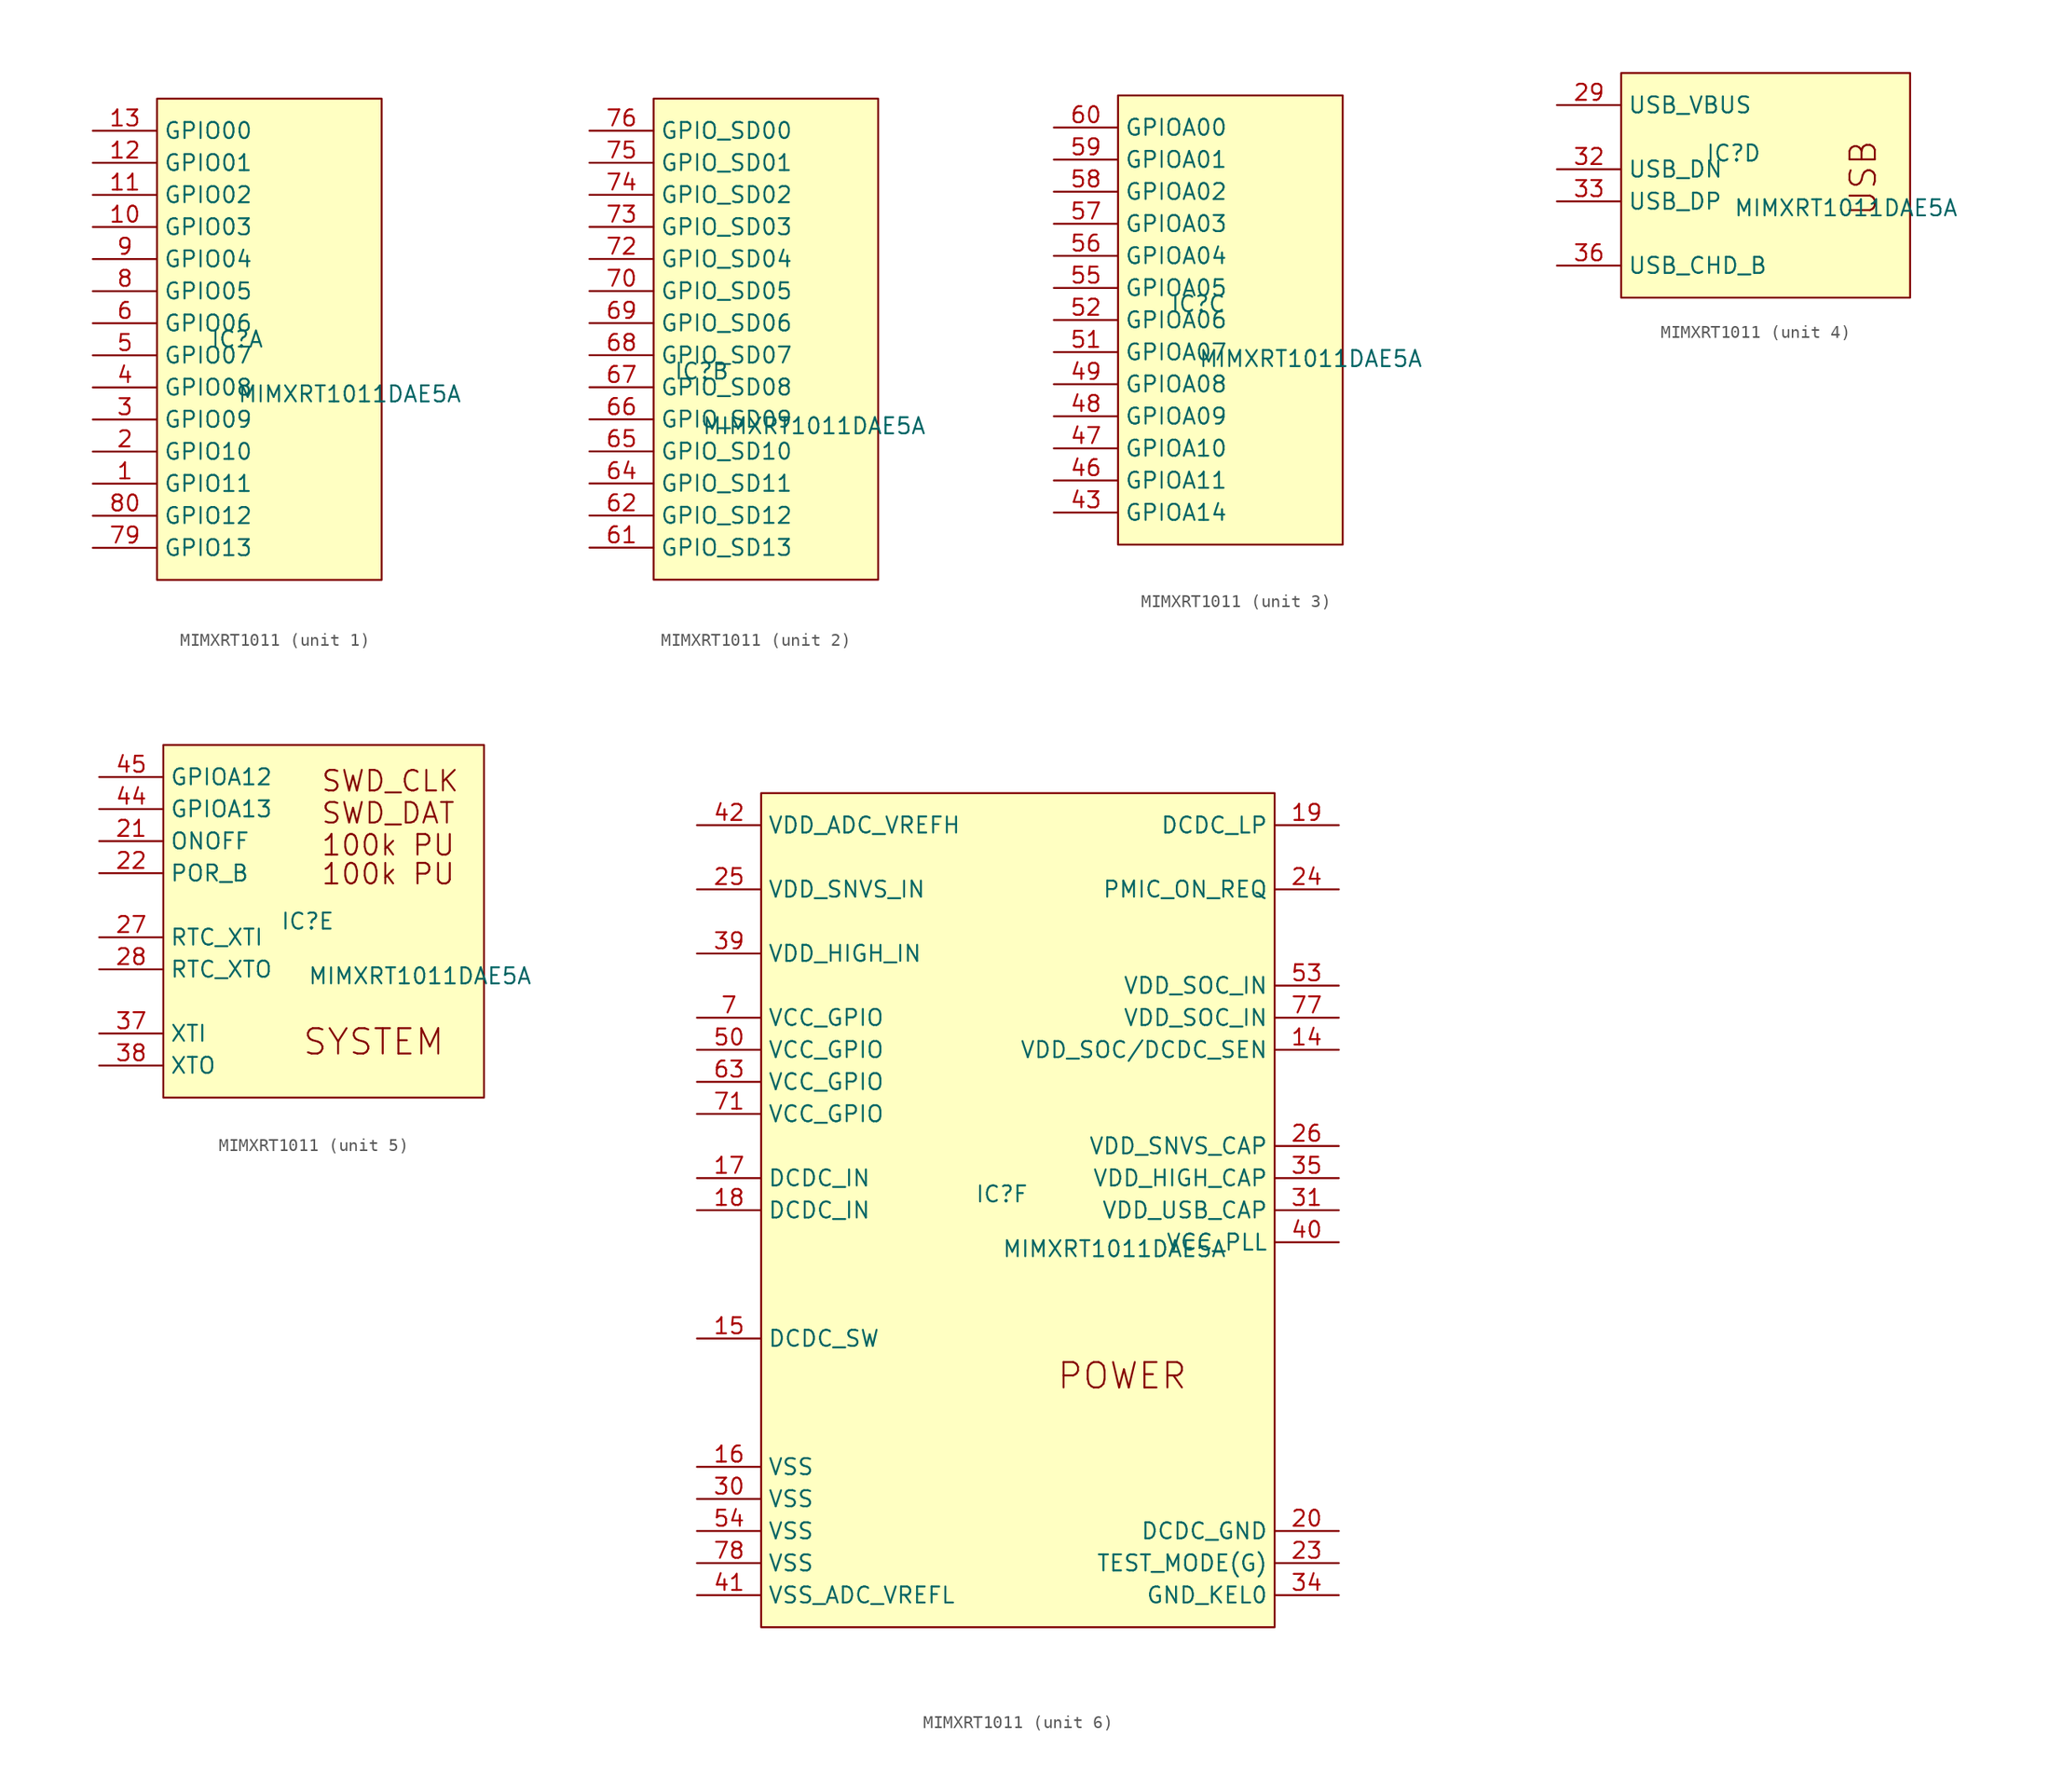
<source format=kicad_sym>
(kicad_symbol_lib
  (version 20231120)
  (generator "kicad_symbol_editor")
  (generator_version "8.0")
  (symbol "MIMXRT1011"
    (property "Reference" "IC"
      (at -1.27 1.27 0)
      (effects (font (size 1.27 1.27))))
    (property "Value" "MIMXRT1011DAE5A"
      (at -1.27 -3.81 0)
      (effects (font (size 1.27 1.27)) (justify left bottom)))
    (symbol "MIMXRT1011_1_0"
      (rectangle (start -7.62 20.32) (end 10.16 -17.78) (stroke (width 0) (type solid) (color 128 0 0 1)) (fill (type background)))
      (pin bidirectional line (at -12.7 -10.16 0) (length 5.08) (name "GPIO11" (effects (font (size 1.27 1.27)))) (number "1" (effects (font (size 1.27 1.27)))))
      (pin bidirectional line (at -12.7 10.16 0) (length 5.08) (name "GPIO03" (effects (font (size 1.27 1.27)))) (number "10" (effects (font (size 1.27 1.27)))))
      (pin bidirectional line (at -12.7 12.7 0) (length 5.08) (name "GPIO02" (effects (font (size 1.27 1.27)))) (number "11" (effects (font (size 1.27 1.27)))))
      (pin bidirectional line (at -12.7 15.24 0) (length 5.08) (name "GPIO01" (effects (font (size 1.27 1.27)))) (number "12" (effects (font (size 1.27 1.27)))))
      (pin bidirectional line (at -12.7 17.78 0) (length 5.08) (name "GPIO00" (effects (font (size 1.27 1.27)))) (number "13" (effects (font (size 1.27 1.27)))))
      (pin bidirectional line (at -12.7 -7.62 0) (length 5.08) (name "GPIO10" (effects (font (size 1.27 1.27)))) (number "2" (effects (font (size 1.27 1.27)))))
      (pin bidirectional line (at -12.7 -5.08 0) (length 5.08) (name "GPIO09" (effects (font (size 1.27 1.27)))) (number "3" (effects (font (size 1.27 1.27)))))
      (pin bidirectional line (at -12.7 -2.54 0) (length 5.08) (name "GPIO08" (effects (font (size 1.27 1.27)))) (number "4" (effects (font (size 1.27 1.27)))))
      (pin bidirectional line (at -12.7 0 0) (length 5.08) (name "GPIO07" (effects (font (size 1.27 1.27)))) (number "5" (effects (font (size 1.27 1.27)))))
      (pin bidirectional line (at -12.7 2.54 0) (length 5.08) (name "GPIO06" (effects (font (size 1.27 1.27)))) (number "6" (effects (font (size 1.27 1.27)))))
      (pin bidirectional line (at -12.7 -15.24 0) (length 5.08) (name "GPIO13" (effects (font (size 1.27 1.27)))) (number "79" (effects (font (size 1.27 1.27)))))
      (pin bidirectional line (at -12.7 5.08 0) (length 5.08) (name "GPIO05" (effects (font (size 1.27 1.27)))) (number "8" (effects (font (size 1.27 1.27)))))
      (pin bidirectional line (at -12.7 -12.7 0) (length 5.08) (name "GPIO12" (effects (font (size 1.27 1.27)))) (number "80" (effects (font (size 1.27 1.27)))))
      (pin bidirectional line (at -12.7 7.62 0) (length 5.08) (name "GPIO04" (effects (font (size 1.27 1.27)))) (number "9" (effects (font (size 1.27 1.27))))))
    (symbol "MIMXRT1011_2_0"
      (rectangle (start -5.08 22.86) (end 12.7 -15.24) (stroke (width 0) (type solid) (color 128 0 0 1)) (fill (type background)))
      (pin bidirectional line (at -10.16 -12.7 0) (length 5.08) (name "GPIO_SD13" (effects (font (size 1.27 1.27)))) (number "61" (effects (font (size 1.27 1.27)))))
      (pin bidirectional line (at -10.16 -10.16 0) (length 5.08) (name "GPIO_SD12" (effects (font (size 1.27 1.27)))) (number "62" (effects (font (size 1.27 1.27)))))
      (pin bidirectional line (at -10.16 -7.62 0) (length 5.08) (name "GPIO_SD11" (effects (font (size 1.27 1.27)))) (number "64" (effects (font (size 1.27 1.27)))))
      (pin bidirectional line (at -10.16 -5.08 0) (length 5.08) (name "GPIO_SD10" (effects (font (size 1.27 1.27)))) (number "65" (effects (font (size 1.27 1.27)))))
      (pin bidirectional line (at -10.16 -2.54 0) (length 5.08) (name "GPIO_SD09" (effects (font (size 1.27 1.27)))) (number "66" (effects (font (size 1.27 1.27)))))
      (pin bidirectional line (at -10.16 0 0) (length 5.08) (name "GPIO_SD08" (effects (font (size 1.27 1.27)))) (number "67" (effects (font (size 1.27 1.27)))))
      (pin bidirectional line (at -10.16 2.54 0) (length 5.08) (name "GPIO_SD07" (effects (font (size 1.27 1.27)))) (number "68" (effects (font (size 1.27 1.27)))))
      (pin bidirectional line (at -10.16 5.08 0) (length 5.08) (name "GPIO_SD06" (effects (font (size 1.27 1.27)))) (number "69" (effects (font (size 1.27 1.27)))))
      (pin bidirectional line (at -10.16 7.62 0) (length 5.08) (name "GPIO_SD05" (effects (font (size 1.27 1.27)))) (number "70" (effects (font (size 1.27 1.27)))))
      (pin bidirectional line (at -10.16 10.16 0) (length 5.08) (name "GPIO_SD04" (effects (font (size 1.27 1.27)))) (number "72" (effects (font (size 1.27 1.27)))))
      (pin bidirectional line (at -10.16 12.7 0) (length 5.08) (name "GPIO_SD03" (effects (font (size 1.27 1.27)))) (number "73" (effects (font (size 1.27 1.27)))))
      (pin bidirectional line (at -10.16 15.24 0) (length 5.08) (name "GPIO_SD02" (effects (font (size 1.27 1.27)))) (number "74" (effects (font (size 1.27 1.27)))))
      (pin bidirectional line (at -10.16 17.78 0) (length 5.08) (name "GPIO_SD01" (effects (font (size 1.27 1.27)))) (number "75" (effects (font (size 1.27 1.27)))))
      (pin bidirectional line (at -10.16 20.32 0) (length 5.08) (name "GPIO_SD00" (effects (font (size 1.27 1.27)))) (number "76" (effects (font (size 1.27 1.27))))))
    (symbol "MIMXRT1011_3_0"
      (rectangle (start -7.62 17.78) (end 10.16 -17.78) (stroke (width 0) (type solid) (color 128 0 0 1)) (fill (type background)))
      (pin bidirectional line (at -12.7 -15.24 0) (length 5.08) (name "GPIOA14" (effects (font (size 1.27 1.27)))) (number "43" (effects (font (size 1.27 1.27)))))
      (pin bidirectional line (at -12.7 -12.7 0) (length 5.08) (name "GPIOA11" (effects (font (size 1.27 1.27)))) (number "46" (effects (font (size 1.27 1.27)))))
      (pin bidirectional line (at -12.7 -10.16 0) (length 5.08) (name "GPIOA10" (effects (font (size 1.27 1.27)))) (number "47" (effects (font (size 1.27 1.27)))))
      (pin bidirectional line (at -12.7 -7.62 0) (length 5.08) (name "GPIOA09" (effects (font (size 1.27 1.27)))) (number "48" (effects (font (size 1.27 1.27)))))
      (pin bidirectional line (at -12.7 -5.08 0) (length 5.08) (name "GPIOA08" (effects (font (size 1.27 1.27)))) (number "49" (effects (font (size 1.27 1.27)))))
      (pin bidirectional line (at -12.7 -2.54 0) (length 5.08) (name "GPIOA07" (effects (font (size 1.27 1.27)))) (number "51" (effects (font (size 1.27 1.27)))))
      (pin bidirectional line (at -12.7 0 0) (length 5.08) (name "GPIOA06" (effects (font (size 1.27 1.27)))) (number "52" (effects (font (size 1.27 1.27)))))
      (pin bidirectional line (at -12.7 2.54 0) (length 5.08) (name "GPIOA05" (effects (font (size 1.27 1.27)))) (number "55" (effects (font (size 1.27 1.27)))))
      (pin bidirectional line (at -12.7 5.08 0) (length 5.08) (name "GPIOA04" (effects (font (size 1.27 1.27)))) (number "56" (effects (font (size 1.27 1.27)))))
      (pin bidirectional line (at -12.7 7.62 0) (length 5.08) (name "GPIOA03" (effects (font (size 1.27 1.27)))) (number "57" (effects (font (size 1.27 1.27)))))
      (pin bidirectional line (at -12.7 10.16 0) (length 5.08) (name "GPIOA02" (effects (font (size 1.27 1.27)))) (number "58" (effects (font (size 1.27 1.27)))))
      (pin bidirectional line (at -12.7 12.7 0) (length 5.08) (name "GPIOA01" (effects (font (size 1.27 1.27)))) (number "59" (effects (font (size 1.27 1.27)))))
      (pin bidirectional line (at -12.7 15.24 0) (length 5.08) (name "GPIOA00" (effects (font (size 1.27 1.27)))) (number "60" (effects (font (size 1.27 1.27))))))
    (symbol "MIMXRT1011_4_0"
      (rectangle (start -10.16 7.62) (end 12.7 -10.16) (stroke (width 0) (type solid) (color 128 0 0 1)) (fill (type background)))
      (text "USB" (at 10.16 -3.81 900) (effects (font (size 2.007 2.007)) (justify left bottom)))
      (pin passive line (at -15.24 5.08 0) (length 5.08) (name "USB_VBUS" (effects (font (size 1.27 1.27)))) (number "29" (effects (font (size 1.27 1.27)))))
      (pin bidirectional line (at -15.24 0 0) (length 5.08) (name "USB_DN" (effects (font (size 1.27 1.27)))) (number "32" (effects (font (size 1.27 1.27)))))
      (pin bidirectional line (at -15.24 -2.54 0) (length 5.08) (name "USB_DP" (effects (font (size 1.27 1.27)))) (number "33" (effects (font (size 1.27 1.27)))))
      (pin passive line (at -15.24 -7.62 0) (length 5.08) (name "USB_CHD_B" (effects (font (size 1.27 1.27)))) (number "36" (effects (font (size 1.27 1.27))))))
    (symbol "MIMXRT1011_5_0"
      (rectangle (start -12.7 15.24) (end 12.7 -12.7) (stroke (width 0) (type solid) (color 128 0 0 1)) (fill (type background)))
      (text "100k PU" (at -0.254 4.064 0) (effects (font (size 1.626 1.626)) (justify left bottom)))
      (text "100k PU" (at -0.254 6.35 0) (effects (font (size 1.626 1.626)) (justify left bottom)))
      (text "SWD_CLK" (at -0.254 11.43 0) (effects (font (size 1.626 1.626)) (justify left bottom)))
      (text "SWD_DAT" (at -0.254 8.89 0) (effects (font (size 1.626 1.626)) (justify left bottom)))
      (text "SYSTEM" (at 9.652 -7.112 0) (effects (font (size 2.007 2.007)) (justify right top)))
      (pin input line (at -17.78 7.62 0) (length 5.08) (name "ONOFF" (effects (font (size 1.27 1.27)))) (number "21" (effects (font (size 1.27 1.27)))))
      (pin input line (at -17.78 5.08 0) (length 5.08) (name "POR_B" (effects (font (size 1.27 1.27)))) (number "22" (effects (font (size 1.27 1.27)))))
      (pin input line (at -17.78 0 0) (length 5.08) (name "RTC_XTI" (effects (font (size 1.27 1.27)))) (number "27" (effects (font (size 1.27 1.27)))))
      (pin output line (at -17.78 -2.54 0) (length 5.08) (name "RTC_XTO" (effects (font (size 1.27 1.27)))) (number "28" (effects (font (size 1.27 1.27)))))
      (pin input line (at -17.78 -7.62 0) (length 5.08) (name "XTI" (effects (font (size 1.27 1.27)))) (number "37" (effects (font (size 1.27 1.27)))))
      (pin output line (at -17.78 -10.16 0) (length 5.08) (name "XTO" (effects (font (size 1.27 1.27)))) (number "38" (effects (font (size 1.27 1.27)))))
      (pin bidirectional line (at -17.78 10.16 0) (length 5.08) (name "GPIOA13" (effects (font (size 1.27 1.27)))) (number "44" (effects (font (size 1.27 1.27)))))
      (pin bidirectional line (at -17.78 12.7 0) (length 5.08) (name "GPIOA12" (effects (font (size 1.27 1.27)))) (number "45" (effects (font (size 1.27 1.27))))))
    (symbol "MIMXRT1011_6_0"
      (rectangle (start -20.32 33.02) (end 20.32 -33.02) (stroke (width 0) (type solid) (color 128 0 0 1)) (fill (type background)))
      (text "POWER" (at 13.462 -11.938 0) (effects (font (size 2.007 2.007)) (justify right top)))
      (pin passive line (at 25.4 12.7 180) (length 5.08) (name "VDD_SOC/DCDC_SEN" (effects (font (size 1.27 1.27)))) (number "14" (effects (font (size 1.27 1.27)))))
      (pin passive line (at -25.4 -10.16 0) (length 5.08) (name "DCDC_SW" (effects (font (size 1.27 1.27)))) (number "15" (effects (font (size 1.27 1.27)))))
      (pin passive line (at -25.4 -20.32 0) (length 5.08) (name "VSS" (effects (font (size 1.27 1.27)))) (number "16" (effects (font (size 1.27 1.27)))))
      (pin passive line (at -25.4 2.54 0) (length 5.08) (name "DCDC_IN" (effects (font (size 1.27 1.27)))) (number "17" (effects (font (size 1.27 1.27)))))
      (pin passive line (at -25.4 0 0) (length 5.08) (name "DCDC_IN" (effects (font (size 1.27 1.27)))) (number "18" (effects (font (size 1.27 1.27)))))
      (pin passive line (at 25.4 30.48 180) (length 5.08) (name "DCDC_LP" (effects (font (size 1.27 1.27)))) (number "19" (effects (font (size 1.27 1.27)))))
      (pin passive line (at 25.4 -25.4 180) (length 5.08) (name "DCDC_GND" (effects (font (size 1.27 1.27)))) (number "20" (effects (font (size 1.27 1.27)))))
      (pin passive line (at 25.4 -27.94 180) (length 5.08) (name "TEST_MODE(G)" (effects (font (size 1.27 1.27)))) (number "23" (effects (font (size 1.27 1.27)))))
      (pin output line (at 25.4 25.4 180) (length 5.08) (name "PMIC_ON_REQ" (effects (font (size 1.27 1.27)))) (number "24" (effects (font (size 1.27 1.27)))))
      (pin passive line (at -25.4 25.4 0) (length 5.08) (name "VDD_SNVS_IN" (effects (font (size 1.27 1.27)))) (number "25" (effects (font (size 1.27 1.27)))))
      (pin passive line (at 25.4 5.08 180) (length 5.08) (name "VDD_SNVS_CAP" (effects (font (size 1.27 1.27)))) (number "26" (effects (font (size 1.27 1.27)))))
      (pin passive line (at -25.4 -22.86 0) (length 5.08) (name "VSS" (effects (font (size 1.27 1.27)))) (number "30" (effects (font (size 1.27 1.27)))))
      (pin passive line (at 25.4 0 180) (length 5.08) (name "VDD_USB_CAP" (effects (font (size 1.27 1.27)))) (number "31" (effects (font (size 1.27 1.27)))))
      (pin passive line (at 25.4 -30.48 180) (length 5.08) (name "GND_KEL0" (effects (font (size 1.27 1.27)))) (number "34" (effects (font (size 1.27 1.27)))))
      (pin passive line (at 25.4 2.54 180) (length 5.08) (name "VDD_HIGH_CAP" (effects (font (size 1.27 1.27)))) (number "35" (effects (font (size 1.27 1.27)))))
      (pin passive line (at -25.4 20.32 0) (length 5.08) (name "VDD_HIGH_IN" (effects (font (size 1.27 1.27)))) (number "39" (effects (font (size 1.27 1.27)))))
      (pin passive line (at 25.4 -2.54 180) (length 5.08) (name "VCC_PLL" (effects (font (size 1.27 1.27)))) (number "40" (effects (font (size 1.27 1.27)))))
      (pin passive line (at -25.4 -30.48 0) (length 5.08) (name "VSS_ADC_VREFL" (effects (font (size 1.27 1.27)))) (number "41" (effects (font (size 1.27 1.27)))))
      (pin passive line (at -25.4 30.48 0) (length 5.08) (name "VDD_ADC_VREFH" (effects (font (size 1.27 1.27)))) (number "42" (effects (font (size 1.27 1.27)))))
      (pin passive line (at -25.4 12.7 0) (length 5.08) (name "VCC_GPIO" (effects (font (size 1.27 1.27)))) (number "50" (effects (font (size 1.27 1.27)))))
      (pin passive line (at 25.4 17.78 180) (length 5.08) (name "VDD_SOC_IN" (effects (font (size 1.27 1.27)))) (number "53" (effects (font (size 1.27 1.27)))))
      (pin passive line (at -25.4 -25.4 0) (length 5.08) (name "VSS" (effects (font (size 1.27 1.27)))) (number "54" (effects (font (size 1.27 1.27)))))
      (pin passive line (at -25.4 10.16 0) (length 5.08) (name "VCC_GPIO" (effects (font (size 1.27 1.27)))) (number "63" (effects (font (size 1.27 1.27)))))
      (pin passive line (at -25.4 15.24 0) (length 5.08) (name "VCC_GPIO" (effects (font (size 1.27 1.27)))) (number "7" (effects (font (size 1.27 1.27)))))
      (pin passive line (at -25.4 7.62 0) (length 5.08) (name "VCC_GPIO" (effects (font (size 1.27 1.27)))) (number "71" (effects (font (size 1.27 1.27)))))
      (pin passive line (at 25.4 15.24 180) (length 5.08) (name "VDD_SOC_IN" (effects (font (size 1.27 1.27)))) (number "77" (effects (font (size 1.27 1.27)))))
      (pin passive line (at -25.4 -27.94 0) (length 5.08) (name "VSS" (effects (font (size 1.27 1.27)))) (number "78" (effects (font (size 1.27 1.27))))))))
</source>
